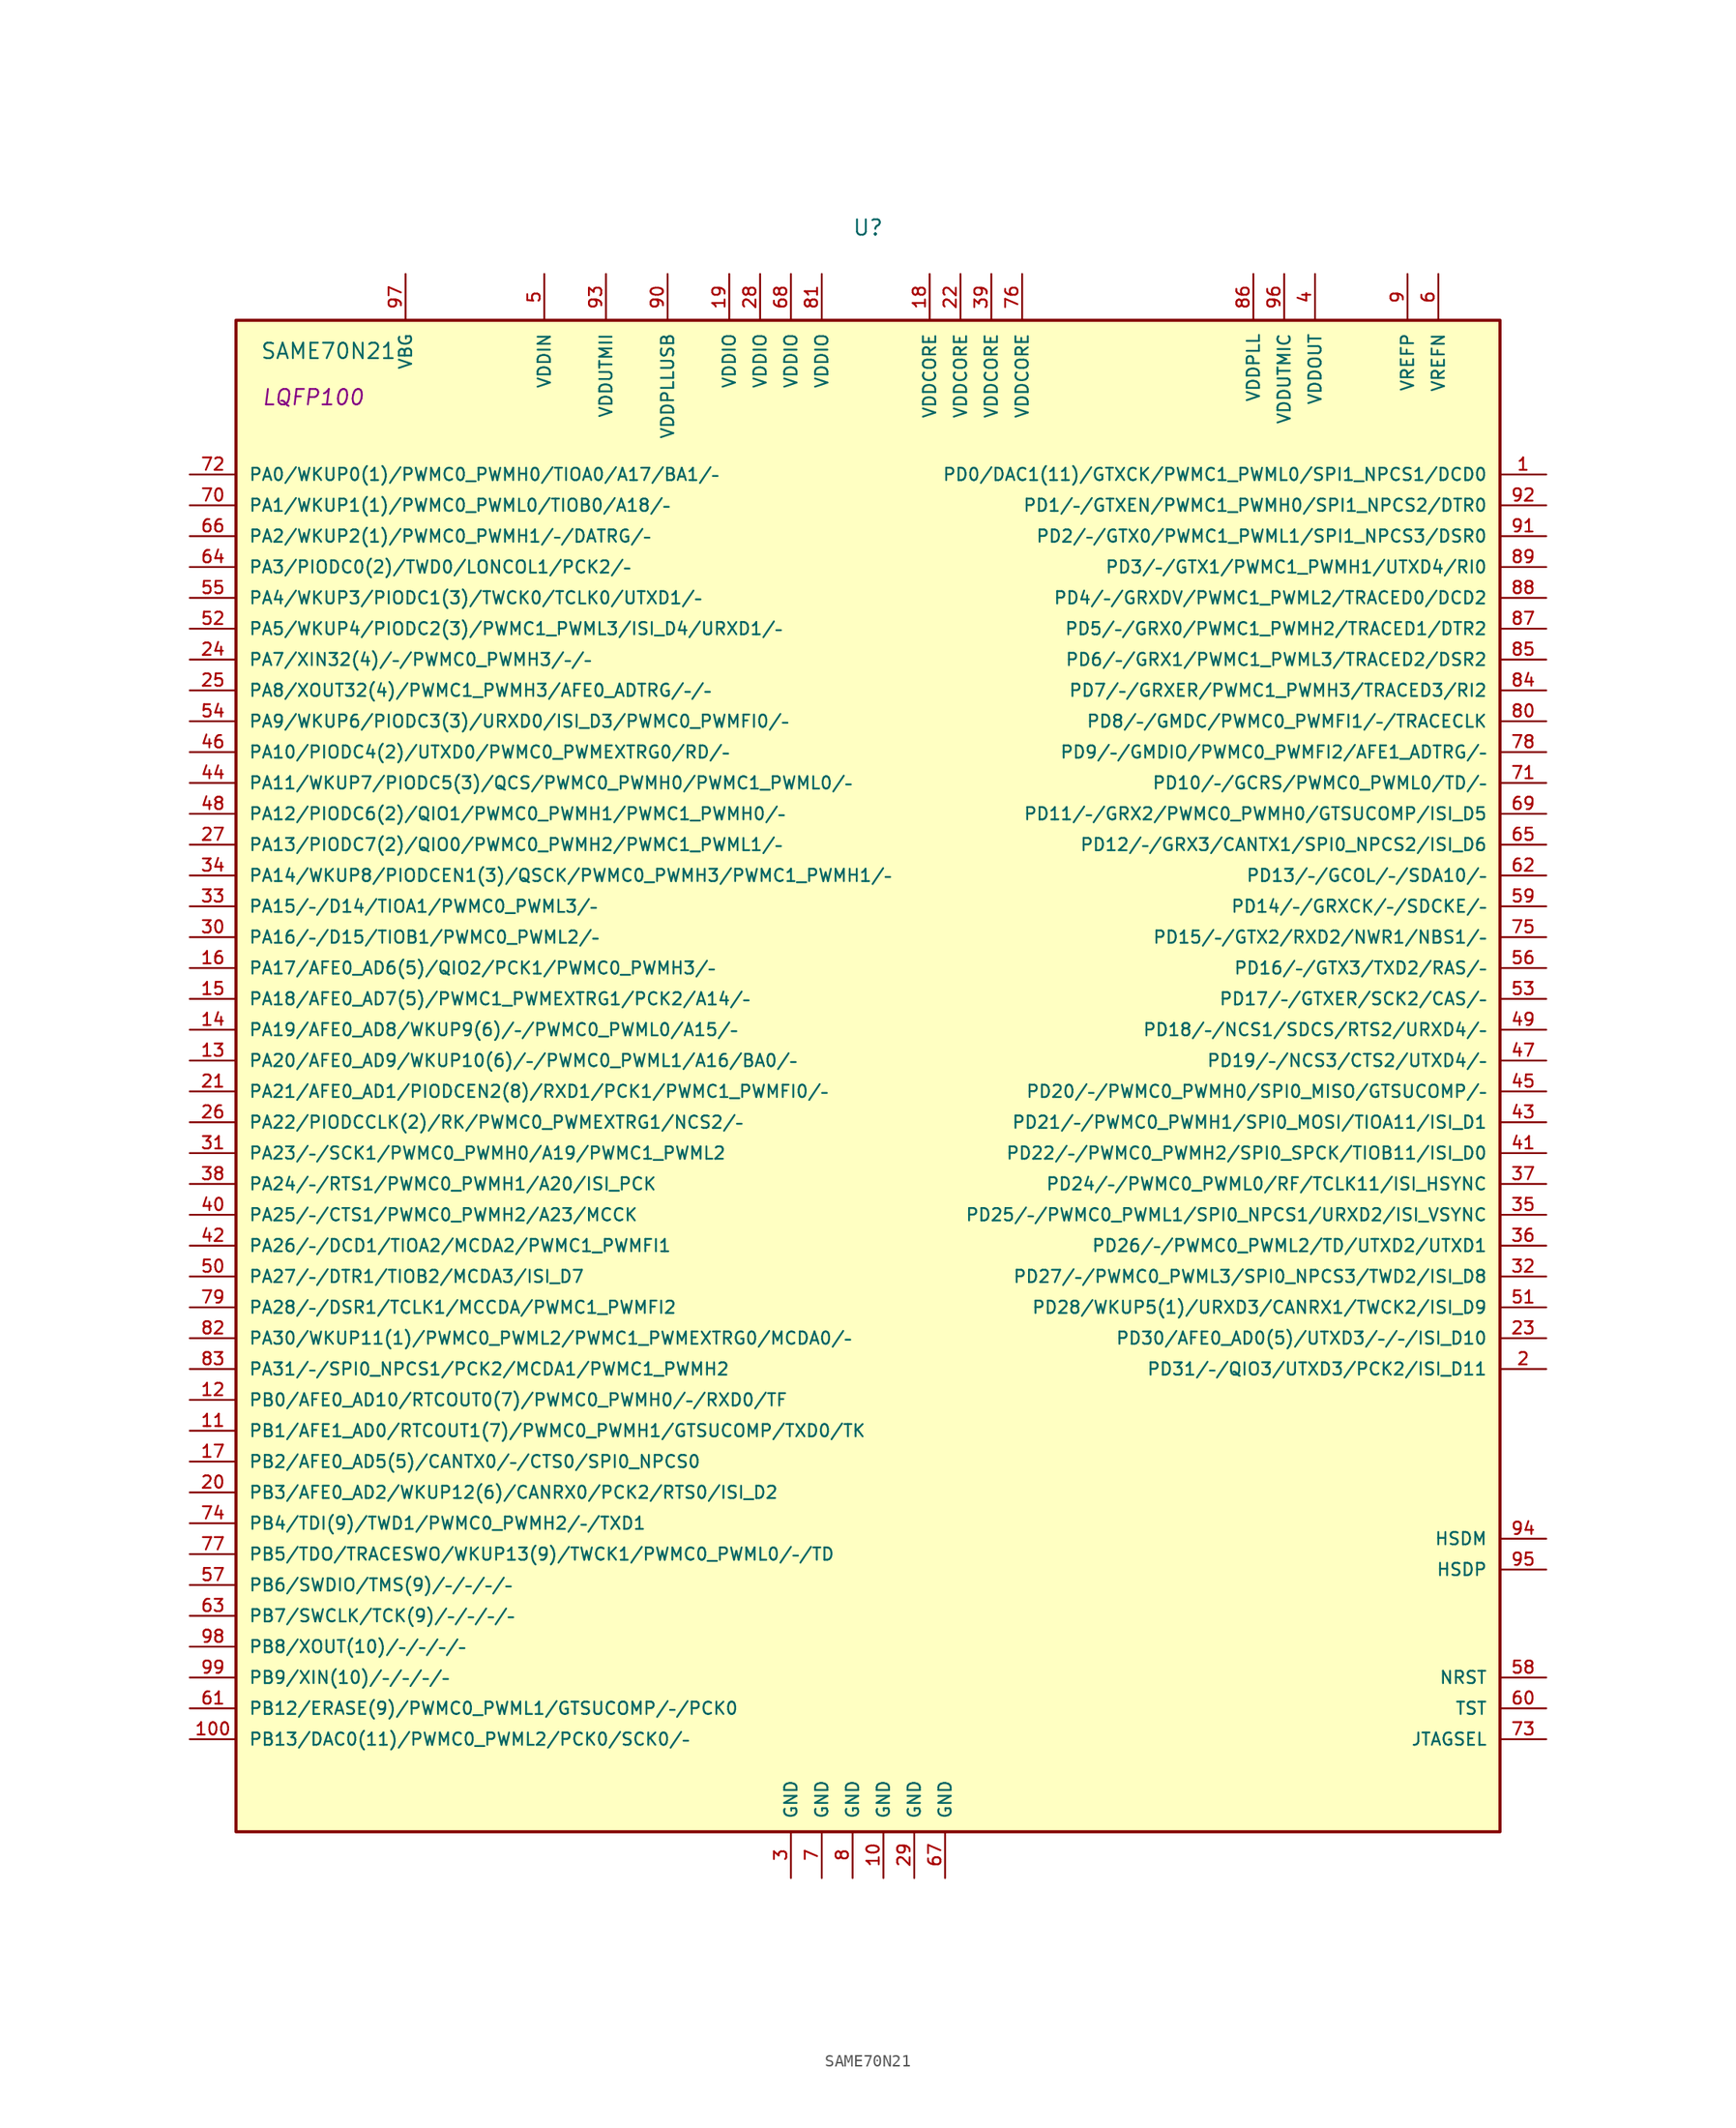
<source format=kicad_sym>
(kicad_symbol_lib
  (version 20231120)
  (generator "kicad_symbol_editor")
  (generator_version "8.0")
  (symbol "SAME70N21"
    (pin_names
      (offset 1.016))
    (property "Reference" "U"
      (at 0 69.85 0)
      (effects (font (size 1.27 1.27))))
    (property "Value" "SAME70N21"
      (at -44.45 59.69 0)
      (effects (font (size 1.27 1.27))))
    (property "Footprint" "LQFP100"
      (at -45.72 55.88 0)
      (effects (font (size 1.27 1.27) (italic yes))))
    (property "Datasheet" ""
      (at 1.27 11.43 0)
      (effects (font (size 1.27 1.27))))
    (symbol "SAME70N21_0_1"
      (rectangle (start -52.07 62.23) (end 52.07 -62.23) (stroke (width 0.254) (type solid)) (fill (type background))))
    (symbol "SAME70N21_1_1"
      (pin bidirectional line (at 55.88 49.53 180) (length 3.81) (name "PD0/DAC1(11)/GTXCK/PWMC1_PWML0/SPI1_NPCS1/DCD0" (effects (font (size 1.016 1.016)))) (number "1" (effects (font (size 1.016 1.016)))))
      (pin power_in line (at 1.27 -66.04 90) (length 3.81) (name "GND" (effects (font (size 1.016 1.016)))) (number "10" (effects (font (size 1.016 1.016)))))
      (pin bidirectional line (at -55.88 -54.61 0) (length 3.81) (name "PB13/DAC0(11)/PWMC0_PWML2/PCK0/SCK0/–" (effects (font (size 1.016 1.016)))) (number "100" (effects (font (size 1.016 1.016)))))
      (pin bidirectional line (at -55.88 -29.21 0) (length 3.81) (name "PB1/AFE1_AD0/RTCOUT1(7)/PWMC0_PWMH1/GTSUCOMP/TXD0/TK" (effects (font (size 1.016 1.016)))) (number "11" (effects (font (size 1.016 1.016)))))
      (pin bidirectional line (at -55.88 -26.67 0) (length 3.81) (name "PB0/AFE0_AD10/RTCOUT0(7)/PWMC0_PWMH0/–/RXD0/TF" (effects (font (size 1.016 1.016)))) (number "12" (effects (font (size 1.016 1.016)))))
      (pin bidirectional line (at -55.88 1.27 0) (length 3.81) (name "PA20/AFE0_AD9/WKUP10(6)/–/PWMC0_PWML1/A16/BA0/–" (effects (font (size 1.016 1.016)))) (number "13" (effects (font (size 1.016 1.016)))))
      (pin bidirectional line (at -55.88 3.81 0) (length 3.81) (name "PA19/AFE0_AD8/WKUP9(6)/–/PWMC0_PWML0/A15/–" (effects (font (size 1.016 1.016)))) (number "14" (effects (font (size 1.016 1.016)))))
      (pin bidirectional line (at -55.88 6.35 0) (length 3.81) (name "PA18/AFE0_AD7(5)/PWMC1_PWMEXTRG1/PCK2/A14/–" (effects (font (size 1.016 1.016)))) (number "15" (effects (font (size 1.016 1.016)))))
      (pin bidirectional line (at -55.88 8.89 0) (length 3.81) (name "PA17/AFE0_AD6(5)/QIO2/PCK1/PWMC0_PWMH3/–" (effects (font (size 1.016 1.016)))) (number "16" (effects (font (size 1.016 1.016)))))
      (pin bidirectional line (at -55.88 -31.75 0) (length 3.81) (name "PB2/AFE0_AD5(5)/CANTX0/–/CTS0/SPI0_NPCS0" (effects (font (size 1.016 1.016)))) (number "17" (effects (font (size 1.016 1.016)))))
      (pin power_in line (at 5.08 66.04 270) (length 3.81) (name "VDDCORE" (effects (font (size 1.016 1.016)))) (number "18" (effects (font (size 1.016 1.016)))))
      (pin power_in line (at -11.43 66.04 270) (length 3.81) (name "VDDIO" (effects (font (size 1.016 1.016)))) (number "19" (effects (font (size 1.016 1.016)))))
      (pin bidirectional line (at 55.88 -24.13 180) (length 3.81) (name "PD31/–/QIO3/UTXD3/PCK2/ISI_D11" (effects (font (size 1.016 1.016)))) (number "2" (effects (font (size 1.016 1.016)))))
      (pin bidirectional line (at -55.88 -34.29 0) (length 3.81) (name "PB3/AFE0_AD2/WKUP12(6)/CANRX0/PCK2/RTS0/ISI_D2" (effects (font (size 1.016 1.016)))) (number "20" (effects (font (size 1.016 1.016)))))
      (pin bidirectional line (at -55.88 -1.27 0) (length 3.81) (name "PA21/AFE0_AD1/PIODCEN2(8)/RXD1/PCK1/PWMC1_PWMFI0/–" (effects (font (size 1.016 1.016)))) (number "21" (effects (font (size 1.016 1.016)))))
      (pin power_in line (at 7.62 66.04 270) (length 3.81) (name "VDDCORE" (effects (font (size 1.016 1.016)))) (number "22" (effects (font (size 1.016 1.016)))))
      (pin bidirectional line (at 55.88 -21.59 180) (length 3.81) (name "PD30/AFE0_AD0(5)/UTXD3/–/–/ISI_D10" (effects (font (size 1.016 1.016)))) (number "23" (effects (font (size 1.016 1.016)))))
      (pin bidirectional line (at -55.88 34.29 0) (length 3.81) (name "PA7/XIN32(4)/–/PWMC0_PWMH3/–/–" (effects (font (size 1.016 1.016)))) (number "24" (effects (font (size 1.016 1.016)))))
      (pin bidirectional line (at -55.88 31.75 0) (length 3.81) (name "PA8/XOUT32(4)/PWMC1_PWMH3/AFE0_ADTRG/–/–" (effects (font (size 1.016 1.016)))) (number "25" (effects (font (size 1.016 1.016)))))
      (pin bidirectional line (at -55.88 -3.81 0) (length 3.81) (name "PA22/PIODCCLK(2)/RK/PWMC0_PWMEXTRG1/NCS2/–" (effects (font (size 1.016 1.016)))) (number "26" (effects (font (size 1.016 1.016)))))
      (pin bidirectional line (at -55.88 19.05 0) (length 3.81) (name "PA13/PIODC7(2)/QIO0/PWMC0_PWMH2/PWMC1_PWML1/–" (effects (font (size 1.016 1.016)))) (number "27" (effects (font (size 1.016 1.016)))))
      (pin power_in line (at -8.89 66.04 270) (length 3.81) (name "VDDIO" (effects (font (size 1.016 1.016)))) (number "28" (effects (font (size 1.016 1.016)))))
      (pin power_in line (at 3.81 -66.04 90) (length 3.81) (name "GND" (effects (font (size 1.016 1.016)))) (number "29" (effects (font (size 1.016 1.016)))))
      (pin passive line (at -6.35 -66.04 90) (length 3.81) (name "GND" (effects (font (size 1.016 1.016)))) (number "3" (effects (font (size 1.016 1.016)))))
      (pin bidirectional line (at -55.88 11.43 0) (length 3.81) (name "PA16/–/D15/TIOB1/PWMC0_PWML2/–" (effects (font (size 1.016 1.016)))) (number "30" (effects (font (size 1.016 1.016)))))
      (pin bidirectional line (at -55.88 -6.35 0) (length 3.81) (name "PA23/–/SCK1/PWMC0_PWMH0/A19/PWMC1_PWML2" (effects (font (size 1.016 1.016)))) (number "31" (effects (font (size 1.016 1.016)))))
      (pin bidirectional line (at 55.88 -16.51 180) (length 3.81) (name "PD27/–/PWMC0_PWML3/SPI0_NPCS3/TWD2/ISI_D8" (effects (font (size 1.016 1.016)))) (number "32" (effects (font (size 1.016 1.016)))))
      (pin bidirectional line (at -55.88 13.97 0) (length 3.81) (name "PA15/–/D14/TIOA1/PWMC0_PWML3/–" (effects (font (size 1.016 1.016)))) (number "33" (effects (font (size 1.016 1.016)))))
      (pin bidirectional line (at -55.88 16.51 0) (length 3.81) (name "PA14/WKUP8/PIODCEN1(3)/QSCK/PWMC0_PWMH3/PWMC1_PWMH1/–" (effects (font (size 1.016 1.016)))) (number "34" (effects (font (size 1.016 1.016)))))
      (pin bidirectional line (at 55.88 -11.43 180) (length 3.81) (name "PD25/–/PWMC0_PWML1/SPI0_NPCS1/URXD2/ISI_VSYNC" (effects (font (size 1.016 1.016)))) (number "35" (effects (font (size 1.016 1.016)))))
      (pin bidirectional line (at 55.88 -13.97 180) (length 3.81) (name "PD26/–/PWMC0_PWML2/TD/UTXD2/UTXD1" (effects (font (size 1.016 1.016)))) (number "36" (effects (font (size 1.016 1.016)))))
      (pin bidirectional line (at 55.88 -8.89 180) (length 3.81) (name "PD24/–/PWMC0_PWML0/RF/TCLK11/ISI_HSYNC" (effects (font (size 1.016 1.016)))) (number "37" (effects (font (size 1.016 1.016)))))
      (pin bidirectional line (at -55.88 -8.89 0) (length 3.81) (name "PA24/–/RTS1/PWMC0_PWMH1/A20/ISI_PCK" (effects (font (size 1.016 1.016)))) (number "38" (effects (font (size 1.016 1.016)))))
      (pin power_in line (at 10.16 66.04 270) (length 3.81) (name "VDDCORE" (effects (font (size 1.016 1.016)))) (number "39" (effects (font (size 1.016 1.016)))))
      (pin power_out line (at 36.83 66.04 270) (length 3.81) (name "VDDOUT" (effects (font (size 1.016 1.016)))) (number "4" (effects (font (size 1.016 1.016)))))
      (pin bidirectional line (at -55.88 -11.43 0) (length 3.81) (name "PA25/–/CTS1/PWMC0_PWMH2/A23/MCCK" (effects (font (size 1.016 1.016)))) (number "40" (effects (font (size 1.016 1.016)))))
      (pin bidirectional line (at 55.88 -6.35 180) (length 3.81) (name "PD22/–/PWMC0_PWMH2/SPI0_SPCK/TIOB11/ISI_D0" (effects (font (size 1.016 1.016)))) (number "41" (effects (font (size 1.016 1.016)))))
      (pin bidirectional line (at -55.88 -13.97 0) (length 3.81) (name "PA26/–/DCD1/TIOA2/MCDA2/PWMC1_PWMFI1" (effects (font (size 1.016 1.016)))) (number "42" (effects (font (size 1.016 1.016)))))
      (pin bidirectional line (at 55.88 -3.81 180) (length 3.81) (name "PD21/–/PWMC0_PWMH1/SPI0_MOSI/TIOA11/ISI_D1" (effects (font (size 1.016 1.016)))) (number "43" (effects (font (size 1.016 1.016)))))
      (pin bidirectional line (at -55.88 24.13 0) (length 3.81) (name "PA11/WKUP7/PIODC5(3)/QCS/PWMC0_PWMH0/PWMC1_PWML0/–" (effects (font (size 1.016 1.016)))) (number "44" (effects (font (size 1.016 1.016)))))
      (pin bidirectional line (at 55.88 -1.27 180) (length 3.81) (name "PD20/–/PWMC0_PWMH0/SPI0_MISO/GTSUCOMP/–" (effects (font (size 1.016 1.016)))) (number "45" (effects (font (size 1.016 1.016)))))
      (pin bidirectional line (at -55.88 26.67 0) (length 3.81) (name "PA10/PIODC4(2)/UTXD0/PWMC0_PWMEXTRG0/RD/–" (effects (font (size 1.016 1.016)))) (number "46" (effects (font (size 1.016 1.016)))))
      (pin bidirectional line (at 55.88 1.27 180) (length 3.81) (name "PD19/–/NCS3/CTS2/UTXD4/–" (effects (font (size 1.016 1.016)))) (number "47" (effects (font (size 1.016 1.016)))))
      (pin bidirectional line (at -55.88 21.59 0) (length 3.81) (name "PA12/PIODC6(2)/QIO1/PWMC0_PWMH1/PWMC1_PWMH0/–" (effects (font (size 1.016 1.016)))) (number "48" (effects (font (size 1.016 1.016)))))
      (pin bidirectional line (at 55.88 3.81 180) (length 3.81) (name "PD18/–/NCS1/SDCS/RTS2/URXD4/–" (effects (font (size 1.016 1.016)))) (number "49" (effects (font (size 1.016 1.016)))))
      (pin power_in line (at -26.67 66.04 270) (length 3.81) (name "VDDIN" (effects (font (size 1.016 1.016)))) (number "5" (effects (font (size 1.016 1.016)))))
      (pin bidirectional line (at -55.88 -16.51 0) (length 3.81) (name "PA27/–/DTR1/TIOB2/MCDA3/ISI_D7" (effects (font (size 1.016 1.016)))) (number "50" (effects (font (size 1.016 1.016)))))
      (pin bidirectional line (at 55.88 -19.05 180) (length 3.81) (name "PD28/WKUP5(1)/URXD3/CANRX1/TWCK2/ISI_D9" (effects (font (size 1.016 1.016)))) (number "51" (effects (font (size 1.016 1.016)))))
      (pin bidirectional line (at -55.88 36.83 0) (length 3.81) (name "PA5/WKUP4/PIODC2(3)/PWMC1_PWML3/ISI_D4/URXD1/–" (effects (font (size 1.016 1.016)))) (number "52" (effects (font (size 1.016 1.016)))))
      (pin bidirectional line (at 55.88 6.35 180) (length 3.81) (name "PD17/–/GTXER/SCK2/CAS/–" (effects (font (size 1.016 1.016)))) (number "53" (effects (font (size 1.016 1.016)))))
      (pin bidirectional line (at -55.88 29.21 0) (length 3.81) (name "PA9/WKUP6/PIODC3(3)/URXD0/ISI_D3/PWMC0_PWMFI0/–" (effects (font (size 1.016 1.016)))) (number "54" (effects (font (size 1.016 1.016)))))
      (pin bidirectional line (at -55.88 39.37 0) (length 3.81) (name "PA4/WKUP3/PIODC1(3)/TWCK0/TCLK0/UTXD1/–" (effects (font (size 1.016 1.016)))) (number "55" (effects (font (size 1.016 1.016)))))
      (pin bidirectional line (at 55.88 8.89 180) (length 3.81) (name "PD16/–/GTX3/TXD2/RAS/–" (effects (font (size 1.016 1.016)))) (number "56" (effects (font (size 1.016 1.016)))))
      (pin bidirectional line (at -55.88 -41.91 0) (length 3.81) (name "PB6/SWDIO/TMS(9)/–/–/–/–" (effects (font (size 1.016 1.016)))) (number "57" (effects (font (size 1.016 1.016)))))
      (pin power_in line (at 55.88 -49.53 180) (length 3.81) (name "NRST" (effects (font (size 1.016 1.016)))) (number "58" (effects (font (size 1.016 1.016)))))
      (pin bidirectional line (at 55.88 13.97 180) (length 3.81) (name "PD14/–/GRXCK/–/SDCKE/–" (effects (font (size 1.016 1.016)))) (number "59" (effects (font (size 1.016 1.016)))))
      (pin power_in line (at 46.99 66.04 270) (length 3.81) (name "VREFN" (effects (font (size 1.016 1.016)))) (number "6" (effects (font (size 1.016 1.016)))))
      (pin power_in line (at 55.88 -52.07 180) (length 3.81) (name "TST" (effects (font (size 1.016 1.016)))) (number "60" (effects (font (size 1.016 1.016)))))
      (pin bidirectional line (at -55.88 -52.07 0) (length 3.81) (name "PB12/ERASE(9)/PWMC0_PWML1/GTSUCOMP/–/PCK0" (effects (font (size 1.016 1.016)))) (number "61" (effects (font (size 1.016 1.016)))))
      (pin bidirectional line (at 55.88 16.51 180) (length 3.81) (name "PD13/–/GCOL/–/SDA10/–" (effects (font (size 1.016 1.016)))) (number "62" (effects (font (size 1.016 1.016)))))
      (pin bidirectional line (at -55.88 -44.45 0) (length 3.81) (name "PB7/SWCLK/TCK(9)/–/–/–/–" (effects (font (size 1.016 1.016)))) (number "63" (effects (font (size 1.016 1.016)))))
      (pin bidirectional line (at -55.88 41.91 0) (length 3.81) (name "PA3/PIODC0(2)/TWD0/LONCOL1/PCK2/–" (effects (font (size 1.016 1.016)))) (number "64" (effects (font (size 1.016 1.016)))))
      (pin bidirectional line (at 55.88 19.05 180) (length 3.81) (name "PD12/–/GRX3/CANTX1/SPI0_NPCS2/ISI_D6" (effects (font (size 1.016 1.016)))) (number "65" (effects (font (size 1.016 1.016)))))
      (pin bidirectional line (at -55.88 44.45 0) (length 3.81) (name "PA2/WKUP2(1)/PWMC0_PWMH1/–/DATRG/–" (effects (font (size 1.016 1.016)))) (number "66" (effects (font (size 1.016 1.016)))))
      (pin power_in line (at 6.35 -66.04 90) (length 3.81) (name "GND" (effects (font (size 1.016 1.016)))) (number "67" (effects (font (size 1.016 1.016)))))
      (pin power_in line (at -6.35 66.04 270) (length 3.81) (name "VDDIO" (effects (font (size 1.016 1.016)))) (number "68" (effects (font (size 1.016 1.016)))))
      (pin bidirectional line (at 55.88 21.59 180) (length 3.81) (name "PD11/–/GRX2/PWMC0_PWMH0/GTSUCOMP/ISI_D5" (effects (font (size 1.016 1.016)))) (number "69" (effects (font (size 1.016 1.016)))))
      (pin passive line (at -3.81 -66.04 90) (length 3.81) (name "GND" (effects (font (size 1.016 1.016)))) (number "7" (effects (font (size 1.016 1.016)))))
      (pin bidirectional line (at -55.88 46.99 0) (length 3.81) (name "PA1/WKUP1(1)/PWMC0_PWML0/TIOB0/A18/–" (effects (font (size 1.016 1.016)))) (number "70" (effects (font (size 1.016 1.016)))))
      (pin bidirectional line (at 55.88 24.13 180) (length 3.81) (name "PD10/–/GCRS/PWMC0_PWML0/TD/–" (effects (font (size 1.016 1.016)))) (number "71" (effects (font (size 1.016 1.016)))))
      (pin bidirectional line (at -55.88 49.53 0) (length 3.81) (name "PA0/WKUP0(1)/PWMC0_PWMH0/TIOA0/A17/BA1/–" (effects (font (size 1.016 1.016)))) (number "72" (effects (font (size 1.016 1.016)))))
      (pin passive line (at 55.88 -54.61 180) (length 3.81) (name "JTAGSEL" (effects (font (size 1.016 1.016)))) (number "73" (effects (font (size 1.016 1.016)))))
      (pin bidirectional line (at -55.88 -36.83 0) (length 3.81) (name "PB4/TDI(9)/TWD1/PWMC0_PWMH2/–/TXD1" (effects (font (size 1.016 1.016)))) (number "74" (effects (font (size 1.016 1.016)))))
      (pin bidirectional line (at 55.88 11.43 180) (length 3.81) (name "PD15/–/GTX2/RXD2/NWR1/NBS1/–" (effects (font (size 1.016 1.016)))) (number "75" (effects (font (size 1.016 1.016)))))
      (pin power_in line (at 12.7 66.04 270) (length 3.81) (name "VDDCORE" (effects (font (size 1.016 1.016)))) (number "76" (effects (font (size 1.016 1.016)))))
      (pin bidirectional line (at -55.88 -39.37 0) (length 3.81) (name "PB5/TDO/TRACESWO/WKUP13(9)/TWCK1/PWMC0_PWML0/–/TD" (effects (font (size 1.016 1.016)))) (number "77" (effects (font (size 1.016 1.016)))))
      (pin bidirectional line (at 55.88 26.67 180) (length 3.81) (name "PD9/–/GMDIO/PWMC0_PWMFI2/AFE1_ADTRG/–" (effects (font (size 1.016 1.016)))) (number "78" (effects (font (size 1.016 1.016)))))
      (pin bidirectional line (at -55.88 -19.05 0) (length 3.81) (name "PA28/–/DSR1/TCLK1/MCCDA/PWMC1_PWMFI2" (effects (font (size 1.016 1.016)))) (number "79" (effects (font (size 1.016 1.016)))))
      (pin power_in line (at -1.27 -66.04 90) (length 3.81) (name "GND" (effects (font (size 1.016 1.016)))) (number "8" (effects (font (size 1.016 1.016)))))
      (pin bidirectional line (at 55.88 29.21 180) (length 3.81) (name "PD8/–/GMDC/PWMC0_PWMFI1/–/TRACECLK" (effects (font (size 1.016 1.016)))) (number "80" (effects (font (size 1.016 1.016)))))
      (pin power_in line (at -3.81 66.04 270) (length 3.81) (name "VDDIO" (effects (font (size 1.016 1.016)))) (number "81" (effects (font (size 1.016 1.016)))))
      (pin bidirectional line (at -55.88 -21.59 0) (length 3.81) (name "PA30/WKUP11(1)/PWMC0_PWML2/PWMC1_PWMEXTRG0/MCDA0/–" (effects (font (size 1.016 1.016)))) (number "82" (effects (font (size 1.016 1.016)))))
      (pin bidirectional line (at -55.88 -24.13 0) (length 3.81) (name "PA31/–/SPI0_NPCS1/PCK2/MCDA1/PWMC1_PWMH2" (effects (font (size 1.016 1.016)))) (number "83" (effects (font (size 1.016 1.016)))))
      (pin bidirectional line (at 55.88 31.75 180) (length 3.81) (name "PD7/–/GRXER/PWMC1_PWMH3/TRACED3/RI2" (effects (font (size 1.016 1.016)))) (number "84" (effects (font (size 1.016 1.016)))))
      (pin bidirectional line (at 55.88 34.29 180) (length 3.81) (name "PD6/–/GRX1/PWMC1_PWML3/TRACED2/DSR2" (effects (font (size 1.016 1.016)))) (number "85" (effects (font (size 1.016 1.016)))))
      (pin power_in line (at 31.75 66.04 270) (length 3.81) (name "VDDPLL" (effects (font (size 1.016 1.016)))) (number "86" (effects (font (size 1.016 1.016)))))
      (pin bidirectional line (at 55.88 36.83 180) (length 3.81) (name "PD5/–/GRX0/PWMC1_PWMH2/TRACED1/DTR2" (effects (font (size 1.016 1.016)))) (number "87" (effects (font (size 1.016 1.016)))))
      (pin bidirectional line (at 55.88 39.37 180) (length 3.81) (name "PD4/–/GRXDV/PWMC1_PWML2/TRACED0/DCD2" (effects (font (size 1.016 1.016)))) (number "88" (effects (font (size 1.016 1.016)))))
      (pin bidirectional line (at 55.88 41.91 180) (length 3.81) (name "PD3/–/GTX1/PWMC1_PWMH1/UTXD4/RI0" (effects (font (size 1.016 1.016)))) (number "89" (effects (font (size 1.016 1.016)))))
      (pin power_in line (at 44.45 66.04 270) (length 3.81) (name "VREFP" (effects (font (size 1.016 1.016)))) (number "9" (effects (font (size 1.016 1.016)))))
      (pin power_in line (at -16.51 66.04 270) (length 3.81) (name "VDDPLLUSB" (effects (font (size 1.016 1.016)))) (number "90" (effects (font (size 1.016 1.016)))))
      (pin bidirectional line (at 55.88 44.45 180) (length 3.81) (name "PD2/–/GTX0/PWMC1_PWML1/SPI1_NPCS3/DSR0" (effects (font (size 1.016 1.016)))) (number "91" (effects (font (size 1.016 1.016)))))
      (pin bidirectional line (at 55.88 46.99 180) (length 3.81) (name "PD1/–/GTXEN/PWMC1_PWMH0/SPI1_NPCS2/DTR0" (effects (font (size 1.016 1.016)))) (number "92" (effects (font (size 1.016 1.016)))))
      (pin passive line (at -21.59 66.04 270) (length 3.81) (name "VDDUTMII" (effects (font (size 1.016 1.016)))) (number "93" (effects (font (size 1.016 1.016)))))
      (pin passive line (at 55.88 -38.1 180) (length 3.81) (name "HSDM" (effects (font (size 1.016 1.016)))) (number "94" (effects (font (size 1.016 1.016)))))
      (pin passive line (at 55.88 -40.64 180) (length 3.81) (name "HSDP" (effects (font (size 1.016 1.016)))) (number "95" (effects (font (size 1.016 1.016)))))
      (pin power_in line (at 34.29 66.04 270) (length 3.81) (name "VDDUTMIC" (effects (font (size 1.016 1.016)))) (number "96" (effects (font (size 1.016 1.016)))))
      (pin power_out line (at -38.1 66.04 270) (length 3.81) (name "VBG" (effects (font (size 1.016 1.016)))) (number "97" (effects (font (size 1.016 1.016)))))
      (pin bidirectional line (at -55.88 -46.99 0) (length 3.81) (name "PB8/XOUT(10)/–/–/–/–" (effects (font (size 1.016 1.016)))) (number "98" (effects (font (size 1.016 1.016)))))
      (pin bidirectional line (at -55.88 -49.53 0) (length 3.81) (name "PB9/XIN(10)/–/–/–/–" (effects (font (size 1.016 1.016)))) (number "99" (effects (font (size 1.016 1.016))))))))
</source>
